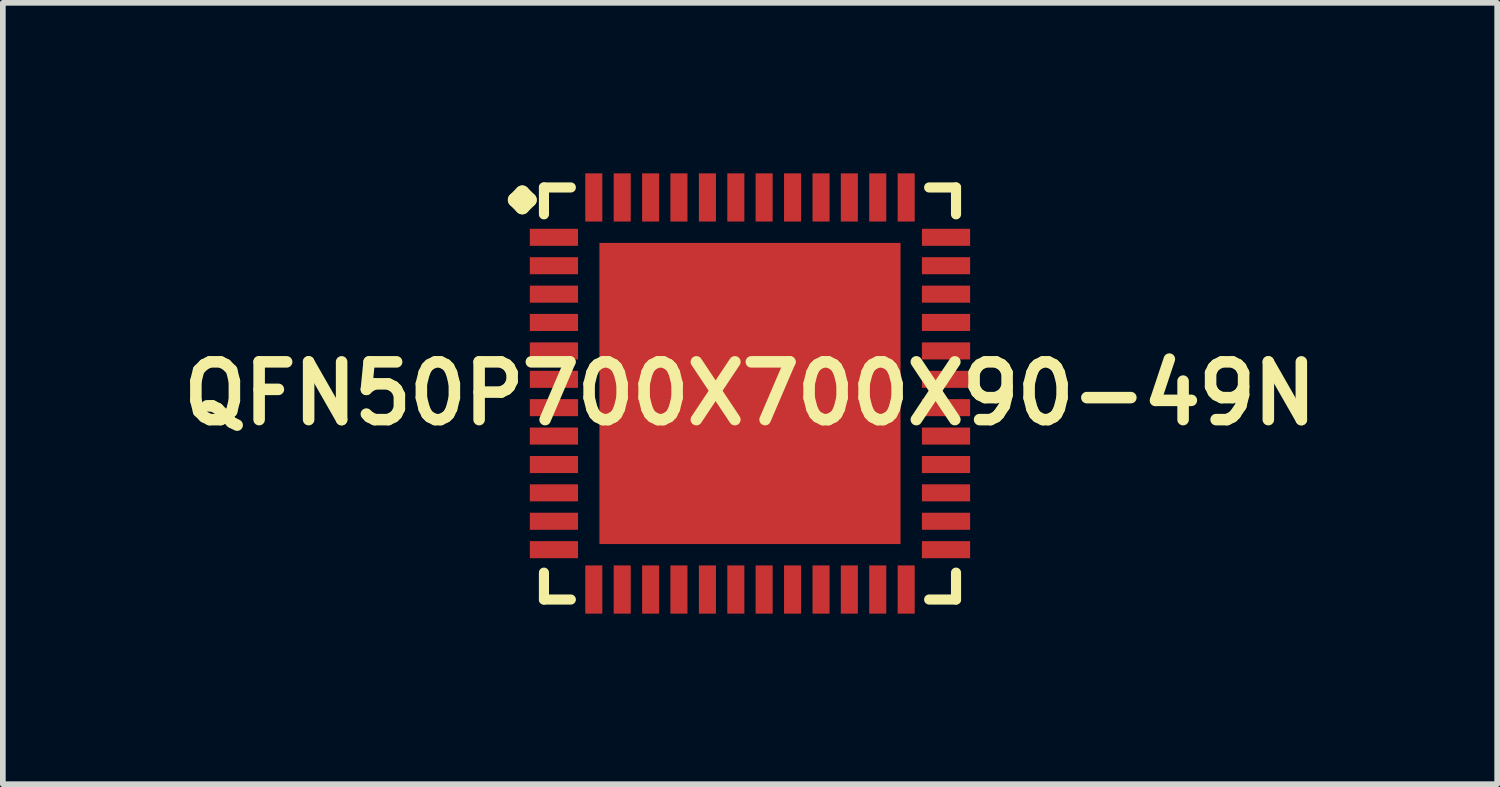
<source format=kicad_pcb>
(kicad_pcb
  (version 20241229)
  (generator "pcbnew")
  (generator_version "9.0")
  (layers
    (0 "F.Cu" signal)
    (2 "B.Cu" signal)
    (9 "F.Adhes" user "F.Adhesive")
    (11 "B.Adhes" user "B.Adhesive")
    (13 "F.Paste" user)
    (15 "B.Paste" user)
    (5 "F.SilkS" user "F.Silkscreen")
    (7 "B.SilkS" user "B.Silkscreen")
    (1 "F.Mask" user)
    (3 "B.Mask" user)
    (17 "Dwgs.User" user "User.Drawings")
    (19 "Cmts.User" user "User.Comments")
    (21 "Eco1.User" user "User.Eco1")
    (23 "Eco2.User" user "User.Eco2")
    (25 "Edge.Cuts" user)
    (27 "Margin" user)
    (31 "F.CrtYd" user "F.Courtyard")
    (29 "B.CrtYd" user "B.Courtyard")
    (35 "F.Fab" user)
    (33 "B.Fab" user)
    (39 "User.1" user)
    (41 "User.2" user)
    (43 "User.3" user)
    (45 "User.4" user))
  (footprint "QFN50P700X700X90-49N"
    (layer "F.Cu")
    (at 10.145 3.873)
    (property "Reference" "QFN50P700X700X90-49N" (at 0 0 0) (layer "F.SilkS") (effects (font (size 1.016 1.016) (thickness 0.203))))
    (attr smd)
    (fp_line (start -4.133 -3.406) (end -4.006 -3.533) (stroke (width 0.254) (type solid)) (layer "F.SilkS"))
    (fp_line (start -4.006 -3.533) (end -3.879 -3.406) (stroke (width 0.254) (type solid)) (layer "F.SilkS"))
    (fp_line (start -4.006 -3.279) (end -4.133 -3.406) (stroke (width 0.254) (type solid)) (layer "F.SilkS"))
    (fp_line (start -3.879 -3.406) (end -4.006 -3.279) (stroke (width 0.254) (type solid)) (layer "F.SilkS"))
    (fp_line (start -3.625 -3.625) (end -3.152 -3.625) (stroke (width 0.178) (type solid)) (layer "F.SilkS"))
    (fp_line (start -3.625 -3.152) (end -3.625 -3.625) (stroke (width 0.178) (type solid)) (layer "F.SilkS"))
    (fp_line (start -3.625 3.152) (end -3.625 3.625) (stroke (width 0.178) (type solid)) (layer "F.SilkS"))
    (fp_line (start -3.625 3.625) (end -3.152 3.625) (stroke (width 0.178) (type solid)) (layer "F.SilkS"))
    (fp_line (start 3.152 -3.625) (end 3.625 -3.625) (stroke (width 0.178) (type solid)) (layer "F.SilkS"))
    (fp_line (start 3.152 3.625) (end 3.625 3.625) (stroke (width 0.178) (type solid)) (layer "F.SilkS"))
    (fp_line (start 3.625 -3.625) (end 3.625 -3.152) (stroke (width 0.178) (type solid)) (layer "F.SilkS"))
    (fp_line (start 3.625 3.625) (end 3.625 3.152) (stroke (width 0.178) (type solid)) (layer "F.SilkS"))
    (pad "1" smd rect (at -3.449 -2.748) (size 0.848 0.3) (layers "F.Cu" "F.Mask" "F.Paste"))
    (pad "2" smd rect (at -3.449 -2.248) (size 0.848 0.3) (layers "F.Cu" "F.Mask" "F.Paste"))
    (pad "3" smd rect (at -3.449 -1.748) (size 0.848 0.3) (layers "F.Cu" "F.Mask" "F.Paste"))
    (pad "4" smd rect (at -3.449 -1.25) (size 0.848 0.3) (layers "F.Cu" "F.Mask" "F.Paste"))
    (pad "5" smd rect (at -3.449 -0.749) (size 0.848 0.3) (layers "F.Cu" "F.Mask" "F.Paste"))
    (pad "6" smd rect (at -3.449 -0.249) (size 0.848 0.3) (layers "F.Cu" "F.Mask" "F.Paste"))
    (pad "7" smd rect (at -3.449 0.249) (size 0.848 0.3) (layers "F.Cu" "F.Mask" "F.Paste"))
    (pad "8" smd rect (at -3.449 0.749) (size 0.848 0.3) (layers "F.Cu" "F.Mask" "F.Paste"))
    (pad "9" smd rect (at -3.449 1.25) (size 0.848 0.3) (layers "F.Cu" "F.Mask" "F.Paste"))
    (pad "10" smd rect (at -3.449 1.748) (size 0.848 0.3) (layers "F.Cu" "F.Mask" "F.Paste"))
    (pad "11" smd rect (at -3.449 2.248) (size 0.848 0.3) (layers "F.Cu" "F.Mask" "F.Paste"))
    (pad "12" smd rect (at -3.449 2.748) (size 0.848 0.3) (layers "F.Cu" "F.Mask" "F.Paste"))
    (pad "13" smd rect (at -2.748 3.449) (size 0.3 0.848) (layers "F.Cu" "F.Mask" "F.Paste"))
    (pad "14" smd rect (at -2.248 3.449) (size 0.3 0.848) (layers "F.Cu" "F.Mask" "F.Paste"))
    (pad "15" smd rect (at -1.748 3.449) (size 0.3 0.848) (layers "F.Cu" "F.Mask" "F.Paste"))
    (pad "16" smd rect (at -1.25 3.449) (size 0.3 0.848) (layers "F.Cu" "F.Mask" "F.Paste"))
    (pad "17" smd rect (at -0.749 3.449) (size 0.3 0.848) (layers "F.Cu" "F.Mask" "F.Paste"))
    (pad "18" smd rect (at -0.249 3.449) (size 0.3 0.848) (layers "F.Cu" "F.Mask" "F.Paste"))
    (pad "19" smd rect (at 0.249 3.449) (size 0.3 0.848) (layers "F.Cu" "F.Mask" "F.Paste"))
    (pad "20" smd rect (at 0.749 3.449) (size 0.3 0.848) (layers "F.Cu" "F.Mask" "F.Paste"))
    (pad "21" smd rect (at 1.25 3.449) (size 0.3 0.848) (layers "F.Cu" "F.Mask" "F.Paste"))
    (pad "22" smd rect (at 1.748 3.449) (size 0.3 0.848) (layers "F.Cu" "F.Mask" "F.Paste"))
    (pad "23" smd rect (at 2.248 3.449) (size 0.3 0.848) (layers "F.Cu" "F.Mask" "F.Paste"))
    (pad "24" smd rect (at 2.748 3.449) (size 0.3 0.848) (layers "F.Cu" "F.Mask" "F.Paste"))
    (pad "25" smd rect (at 3.449 2.748) (size 0.848 0.3) (layers "F.Cu" "F.Mask" "F.Paste"))
    (pad "26" smd rect (at 3.449 2.248) (size 0.848 0.3) (layers "F.Cu" "F.Mask" "F.Paste"))
    (pad "27" smd rect (at 3.449 1.748) (size 0.848 0.3) (layers "F.Cu" "F.Mask" "F.Paste"))
    (pad "28" smd rect (at 3.449 1.25) (size 0.848 0.3) (layers "F.Cu" "F.Mask" "F.Paste"))
    (pad "29" smd rect (at 3.449 0.749) (size 0.848 0.3) (layers "F.Cu" "F.Mask" "F.Paste"))
    (pad "30" smd rect (at 3.449 0.249) (size 0.848 0.3) (layers "F.Cu" "F.Mask" "F.Paste"))
    (pad "31" smd rect (at 3.449 -0.249) (size 0.848 0.3) (layers "F.Cu" "F.Mask" "F.Paste"))
    (pad "32" smd rect (at 3.449 -0.749) (size 0.848 0.3) (layers "F.Cu" "F.Mask" "F.Paste"))
    (pad "33" smd rect (at 3.449 -1.25) (size 0.848 0.3) (layers "F.Cu" "F.Mask" "F.Paste"))
    (pad "34" smd rect (at 3.449 -1.748) (size 0.848 0.3) (layers "F.Cu" "F.Mask" "F.Paste"))
    (pad "35" smd rect (at 3.449 -2.248) (size 0.848 0.3) (layers "F.Cu" "F.Mask" "F.Paste"))
    (pad "36" smd rect (at 3.449 -2.748) (size 0.848 0.3) (layers "F.Cu" "F.Mask" "F.Paste"))
    (pad "37" smd rect (at 2.748 -3.449) (size 0.3 0.848) (layers "F.Cu" "F.Mask" "F.Paste"))
    (pad "38" smd rect (at 2.248 -3.449) (size 0.3 0.848) (layers "F.Cu" "F.Mask" "F.Paste"))
    (pad "39" smd rect (at 1.748 -3.449) (size 0.3 0.848) (layers "F.Cu" "F.Mask" "F.Paste"))
    (pad "40" smd rect (at 1.25 -3.449) (size 0.3 0.848) (layers "F.Cu" "F.Mask" "F.Paste"))
    (pad "41" smd rect (at 0.749 -3.449) (size 0.3 0.848) (layers "F.Cu" "F.Mask" "F.Paste"))
    (pad "42" smd rect (at 0.249 -3.449) (size 0.3 0.848) (layers "F.Cu" "F.Mask" "F.Paste"))
    (pad "43" smd rect (at -0.249 -3.449) (size 0.3 0.848) (layers "F.Cu" "F.Mask" "F.Paste"))
    (pad "44" smd rect (at -0.749 -3.449) (size 0.3 0.848) (layers "F.Cu" "F.Mask" "F.Paste"))
    (pad "45" smd rect (at -1.25 -3.449) (size 0.3 0.848) (layers "F.Cu" "F.Mask" "F.Paste"))
    (pad "46" smd rect (at -1.748 -3.449) (size 0.3 0.848) (layers "F.Cu" "F.Mask" "F.Paste"))
    (pad "47" smd rect (at -2.248 -3.449) (size 0.3 0.848) (layers "F.Cu" "F.Mask" "F.Paste"))
    (pad "48" smd rect (at -2.748 -3.449) (size 0.3 0.848) (layers "F.Cu" "F.Mask" "F.Paste"))
    (pad "49" smd rect (at 0 0) (size 5.298 5.298) (layers "F.Cu" "F.Mask" "F.Paste")))
  (gr_rect
    (start -3 -3)
    (end 23.291 10.747)
    (stroke (width 0.1) (type default))
    (fill no)
    (layer "Edge.Cuts")))
</source>
